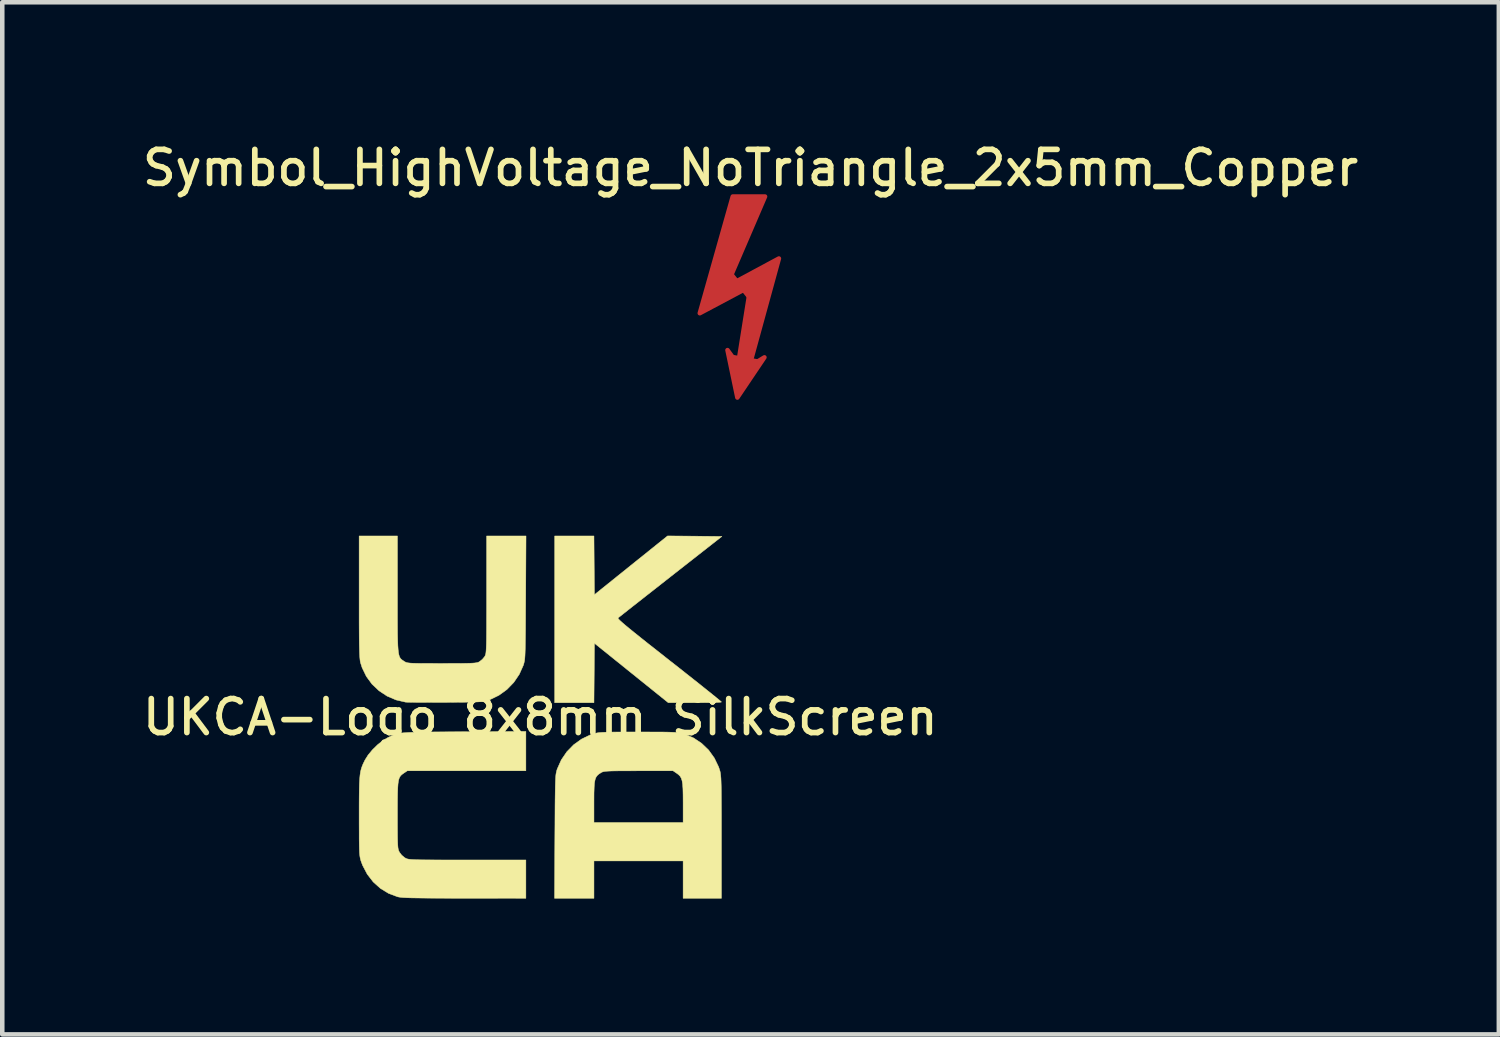
<source format=kicad_pcb>
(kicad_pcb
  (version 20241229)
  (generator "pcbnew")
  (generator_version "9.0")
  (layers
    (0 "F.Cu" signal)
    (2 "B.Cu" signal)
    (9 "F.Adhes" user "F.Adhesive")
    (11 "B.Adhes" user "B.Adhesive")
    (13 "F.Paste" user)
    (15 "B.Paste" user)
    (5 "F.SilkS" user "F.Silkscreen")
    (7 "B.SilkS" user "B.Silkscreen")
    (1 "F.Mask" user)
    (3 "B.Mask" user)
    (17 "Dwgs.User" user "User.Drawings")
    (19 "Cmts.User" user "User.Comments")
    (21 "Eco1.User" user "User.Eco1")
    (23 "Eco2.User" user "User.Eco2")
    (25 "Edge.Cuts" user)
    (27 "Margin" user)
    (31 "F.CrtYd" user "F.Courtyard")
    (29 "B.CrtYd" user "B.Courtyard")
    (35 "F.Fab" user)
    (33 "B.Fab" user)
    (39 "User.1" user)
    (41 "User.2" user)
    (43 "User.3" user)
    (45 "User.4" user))
  (footprint "Symbol_HighVoltage_NoTriangle_2x5mm_Copper"
    (layer "F.Cu")
    (at 13.523 3.658)
    (property "Reference" "Symbol_HighVoltage_NoTriangle_2x5mm_Copper" (at 0 -3 0) (layer "F.SilkS") (effects (font (size 0.75 0.75) (thickness 0.125))))
    (attr exclude_from_pos_files exclude_from_bom allow_missing_courtyard)
    (fp_line (start -0.49 -0.65) (end -0.29 -0.4) (stroke (width 0.2) (type default)) (layer "F.Cu"))
    (fp_line (start -0.38 1.23) (end 0.13 1.32) (stroke (width 0.2) (type default)) (layer "F.Cu"))
    (fp_line (start -0.17 -0.405) (end 0.03 -0.155) (stroke (width 0.2) (type default)) (layer "F.Cu"))
    (fp_poly (pts (xy -0.538 -0.374) (xy 0.626 -1) (xy -0.029 1.387) (xy 0.306 1.183) (xy -0.291 2.07) (xy -0.509 1.023) (xy -0.276 1.343) (xy 0 -0.389) (xy -1.121 0.208) (xy -0.393 -2.368) (xy 0.32 -2.368)) (stroke (width 0.1) (type solid)) (fill yes) (layer "F.Cu")))
  (footprint "UKCA-Logo_8x8mm_SilkScreen"
    (layer "F.Cu")
    (at 8.88 12.785)
    (property "Reference" "UKCA-Logo_8x8mm_SilkScreen" (at 0 0 0) (layer "F.SilkS") (effects (font (size 0.75 0.75) (thickness 0.125))))
    (attr exclude_from_pos_files exclude_from_bom allow_missing_courtyard)
    (fp_poly (pts (xy 3.41 -3.996) (xy 4.01 -3.99) (xy 2.878 -3.103) (xy 2.686 -2.952) (xy 2.504 -2.809) (xy 2.334 -2.676) (xy 2.179 -2.554) (xy 2.041 -2.446) (xy 1.925 -2.354) (xy 1.831 -2.28) (xy 1.764 -2.227) (xy 1.726 -2.197) (xy 1.718 -2.19) (xy 1.718 -2.181) (xy 1.732 -2.162) (xy 1.762 -2.131) (xy 1.809 -2.089) (xy 1.875 -2.032) (xy 1.963 -1.959) (xy 2.075 -1.868) (xy 2.211 -1.759) (xy 2.375 -1.628) (xy 2.569 -1.476) (xy 2.793 -1.299) (xy 2.845 -1.258) (xy 3.038 -1.107) (xy 3.221 -0.962) (xy 3.391 -0.828) (xy 3.546 -0.705) (xy 3.682 -0.596) (xy 3.798 -0.503) (xy 3.89 -0.428) (xy 3.956 -0.374) (xy 3.993 -0.342) (xy 4 -0.334) (xy 3.98 -0.33) (xy 3.923 -0.326) (xy 3.834 -0.323) (xy 3.719 -0.32) (xy 3.583 -0.319) (xy 3.432 -0.318) (xy 3.413 -0.318) (xy 2.826 -0.319) (xy 2.011 -0.975) (xy 1.196 -1.631) (xy 1.185 -0.318) (xy 0.318 -0.318) (xy 0.318 -4) (xy 1.185 -4) (xy 1.19 -3.352) (xy 1.196 -2.704) (xy 2.003 -3.353) (xy 2.81 -4.001) (xy 3.41 -3.996)) (stroke (width 0.01) (type solid)) (fill yes) (layer "F.SilkS"))
    (fp_poly (pts (xy 2.385 0.328) (xy 2.562 0.329) (xy 2.706 0.329) (xy 2.822 0.331) (xy 2.913 0.334) (xy 2.984 0.337) (xy 3.04 0.342) (xy 3.085 0.349) (xy 3.124 0.357) (xy 3.161 0.367) (xy 3.186 0.375) (xy 3.384 0.459) (xy 3.562 0.578) (xy 3.717 0.727) (xy 3.844 0.904) (xy 3.939 1.102) (xy 3.966 1.184) (xy 3.973 1.212) (xy 3.979 1.246) (xy 3.984 1.291) (xy 3.989 1.349) (xy 3.992 1.423) (xy 3.995 1.518) (xy 3.997 1.635) (xy 3.998 1.779) (xy 3.999 1.953) (xy 4 2.159) (xy 4 2.402) (xy 4 2.65) (xy 4 4) (xy 3.154 4) (xy 3.154 3.175) (xy 1.185 3.175) (xy 1.185 4) (xy 0.315 4) (xy 0.322 2.641) (xy 0.324 2.367) (xy 0.324 2.328) (xy 1.185 2.328) (xy 3.154 2.328) (xy 3.154 1.882) (xy 3.153 1.714) (xy 3.15 1.582) (xy 3.143 1.481) (xy 3.131 1.405) (xy 3.113 1.349) (xy 3.088 1.306) (xy 3.054 1.271) (xy 3.009 1.237) (xy 3.008 1.237) (xy 2.932 1.185) (xy 2.17 1.185) (xy 1.969 1.186) (xy 1.807 1.186) (xy 1.678 1.187) (xy 1.577 1.189) (xy 1.502 1.192) (xy 1.446 1.196) (xy 1.406 1.202) (xy 1.377 1.209) (xy 1.355 1.218) (xy 1.339 1.228) (xy 1.292 1.258) (xy 1.256 1.291) (xy 1.229 1.33) (xy 1.21 1.382) (xy 1.197 1.452) (xy 1.19 1.546) (xy 1.186 1.671) (xy 1.185 1.83) (xy 1.185 1.868) (xy 1.185 2.328) (xy 0.324 2.328) (xy 0.325 2.132) (xy 0.326 1.933) (xy 0.328 1.767) (xy 0.33 1.629) (xy 0.332 1.516) (xy 0.335 1.426) (xy 0.338 1.355) (xy 0.342 1.299) (xy 0.347 1.254) (xy 0.354 1.219) (xy 0.361 1.189) (xy 0.369 1.161) (xy 0.376 1.141) (xy 0.464 0.944) (xy 0.586 0.765) (xy 0.737 0.61) (xy 0.912 0.484) (xy 1.105 0.391) (xy 1.153 0.375) (xy 1.191 0.363) (xy 1.228 0.354) (xy 1.269 0.346) (xy 1.317 0.34) (xy 1.378 0.336) (xy 1.455 0.333) (xy 1.554 0.33) (xy 1.679 0.329) (xy 1.834 0.328) (xy 2.024 0.328) (xy 2.17 0.328) (xy 2.385 0.328)) (stroke (width 0.01) (type solid)) (fill yes) (layer "F.SilkS"))
    (fp_poly (pts (xy -0.318 1.185) (xy -2.936 1.185) (xy -3.008 1.233) (xy -3.045 1.259) (xy -3.074 1.284) (xy -3.098 1.314) (xy -3.117 1.353) (xy -3.131 1.405) (xy -3.141 1.474) (xy -3.147 1.565) (xy -3.151 1.683) (xy -3.153 1.831) (xy -3.154 2.013) (xy -3.154 2.167) (xy -3.154 2.363) (xy -3.153 2.522) (xy -3.152 2.648) (xy -3.15 2.745) (xy -3.147 2.819) (xy -3.143 2.873) (xy -3.137 2.912) (xy -3.129 2.941) (xy -3.119 2.965) (xy -3.109 2.984) (xy -3.06 3.048) (xy -2.996 3.102) (xy -2.984 3.109) (xy -2.967 3.118) (xy -2.949 3.126) (xy -2.926 3.133) (xy -2.895 3.138) (xy -2.853 3.143) (xy -2.797 3.146) (xy -2.722 3.149) (xy -2.627 3.151) (xy -2.507 3.152) (xy -2.359 3.153) (xy -2.18 3.154) (xy -1.967 3.154) (xy -1.716 3.154) (xy -1.611 3.154) (xy -0.318 3.154) (xy -0.318 4) (xy -1.677 3.999) (xy -1.961 3.999) (xy -2.206 3.998) (xy -2.415 3.997) (xy -2.59 3.995) (xy -2.735 3.993) (xy -2.854 3.991) (xy -2.949 3.988) (xy -3.023 3.984) (xy -3.079 3.979) (xy -3.121 3.973) (xy -3.151 3.967) (xy -3.151 3.967) (xy -3.35 3.892) (xy -3.53 3.782) (xy -3.689 3.639) (xy -3.821 3.468) (xy -3.923 3.274) (xy -3.952 3.197) (xy -3.964 3.162) (xy -3.973 3.127) (xy -3.981 3.089) (xy -3.987 3.043) (xy -3.992 2.985) (xy -3.995 2.91) (xy -3.997 2.813) (xy -3.999 2.691) (xy -3.999 2.539) (xy -4 2.352) (xy -4 2.19) (xy -4 1.959) (xy -3.999 1.766) (xy -3.997 1.606) (xy -3.994 1.474) (xy -3.988 1.367) (xy -3.98 1.279) (xy -3.969 1.206) (xy -3.954 1.144) (xy -3.935 1.087) (xy -3.912 1.031) (xy -3.883 0.972) (xy -3.871 0.947) (xy -3.802 0.837) (xy -3.706 0.721) (xy -3.594 0.611) (xy -3.479 0.519) (xy -3.379 0.459) (xy -3.328 0.434) (xy -3.283 0.412) (xy -3.24 0.394) (xy -3.197 0.378) (xy -3.149 0.366) (xy -3.094 0.355) (xy -3.028 0.347) (xy -2.946 0.341) (xy -2.847 0.336) (xy -2.726 0.332) (xy -2.58 0.329) (xy -2.405 0.327) (xy -2.198 0.326) (xy -1.956 0.324) (xy -1.688 0.323) (xy -0.318 0.315) (xy -0.318 1.185)) (stroke (width 0.01) (type solid)) (fill yes) (layer "F.SilkS"))
    (fp_poly (pts (xy -3.154 -2.715) (xy -3.154 -2.439) (xy -3.154 -2.202) (xy -3.153 -2.002) (xy -3.152 -1.834) (xy -3.149 -1.695) (xy -3.145 -1.583) (xy -3.139 -1.494) (xy -3.131 -1.425) (xy -3.121 -1.372) (xy -3.108 -1.332) (xy -3.092 -1.303) (xy -3.073 -1.281) (xy -3.05 -1.262) (xy -3.023 -1.244) (xy -3.008 -1.233) (xy -2.988 -1.221) (xy -2.968 -1.211) (xy -2.942 -1.203) (xy -2.907 -1.197) (xy -2.858 -1.192) (xy -2.79 -1.189) (xy -2.699 -1.187) (xy -2.581 -1.186) (xy -2.43 -1.186) (xy -2.244 -1.185) (xy -2.172 -1.185) (xy -1.971 -1.186) (xy -1.808 -1.186) (xy -1.679 -1.187) (xy -1.578 -1.189) (xy -1.502 -1.192) (xy -1.447 -1.196) (xy -1.406 -1.202) (xy -1.377 -1.209) (xy -1.355 -1.218) (xy -1.339 -1.228) (xy -1.279 -1.276) (xy -1.229 -1.336) (xy -1.228 -1.339) (xy -1.219 -1.354) (xy -1.212 -1.372) (xy -1.205 -1.395) (xy -1.2 -1.428) (xy -1.196 -1.473) (xy -1.193 -1.533) (xy -1.19 -1.613) (xy -1.188 -1.714) (xy -1.187 -1.842) (xy -1.186 -1.997) (xy -1.186 -2.185) (xy -1.185 -2.409) (xy -1.185 -2.671) (xy -1.185 -2.704) (xy -1.185 -4) (xy -0.315 -4) (xy -0.322 -2.641) (xy -0.324 -2.367) (xy -0.325 -2.132) (xy -0.326 -1.933) (xy -0.328 -1.767) (xy -0.33 -1.629) (xy -0.332 -1.516) (xy -0.335 -1.426) (xy -0.338 -1.355) (xy -0.342 -1.299) (xy -0.347 -1.254) (xy -0.354 -1.219) (xy -0.361 -1.189) (xy -0.369 -1.161) (xy -0.376 -1.141) (xy -0.464 -0.945) (xy -0.586 -0.765) (xy -0.738 -0.609) (xy -0.914 -0.482) (xy -1.107 -0.388) (xy -1.141 -0.376) (xy -1.179 -0.365) (xy -1.216 -0.355) (xy -1.257 -0.347) (xy -1.307 -0.341) (xy -1.371 -0.337) (xy -1.453 -0.333) (xy -1.558 -0.331) (xy -1.69 -0.329) (xy -1.855 -0.328) (xy -2.057 -0.326) (xy -2.095 -0.326) (xy -2.28 -0.326) (xy -2.453 -0.325) (xy -2.609 -0.326) (xy -2.744 -0.326) (xy -2.853 -0.327) (xy -2.931 -0.329) (xy -2.971 -0.331) (xy -2.974 -0.331) (xy -3.186 -0.38) (xy -3.384 -0.465) (xy -3.562 -0.583) (xy -3.716 -0.729) (xy -3.841 -0.899) (xy -3.934 -1.091) (xy -3.969 -1.2) (xy -3.976 -1.231) (xy -3.981 -1.272) (xy -3.986 -1.327) (xy -3.99 -1.397) (xy -3.993 -1.487) (xy -3.996 -1.6) (xy -3.998 -1.739) (xy -3.999 -1.907) (xy -4 -2.107) (xy -4 -2.343) (xy -4 -2.617) (xy -4 -2.661) (xy -4 -4) (xy -3.154 -4) (xy -3.154 -2.715)) (stroke (width 0.01) (type solid)) (fill yes) (layer "F.SilkS")))
  (gr_rect
    (start -3 -3)
    (end 30.046 19.79)
    (stroke (width 0.1) (type default))
    (fill no)
    (layer "Edge.Cuts")))
</source>
